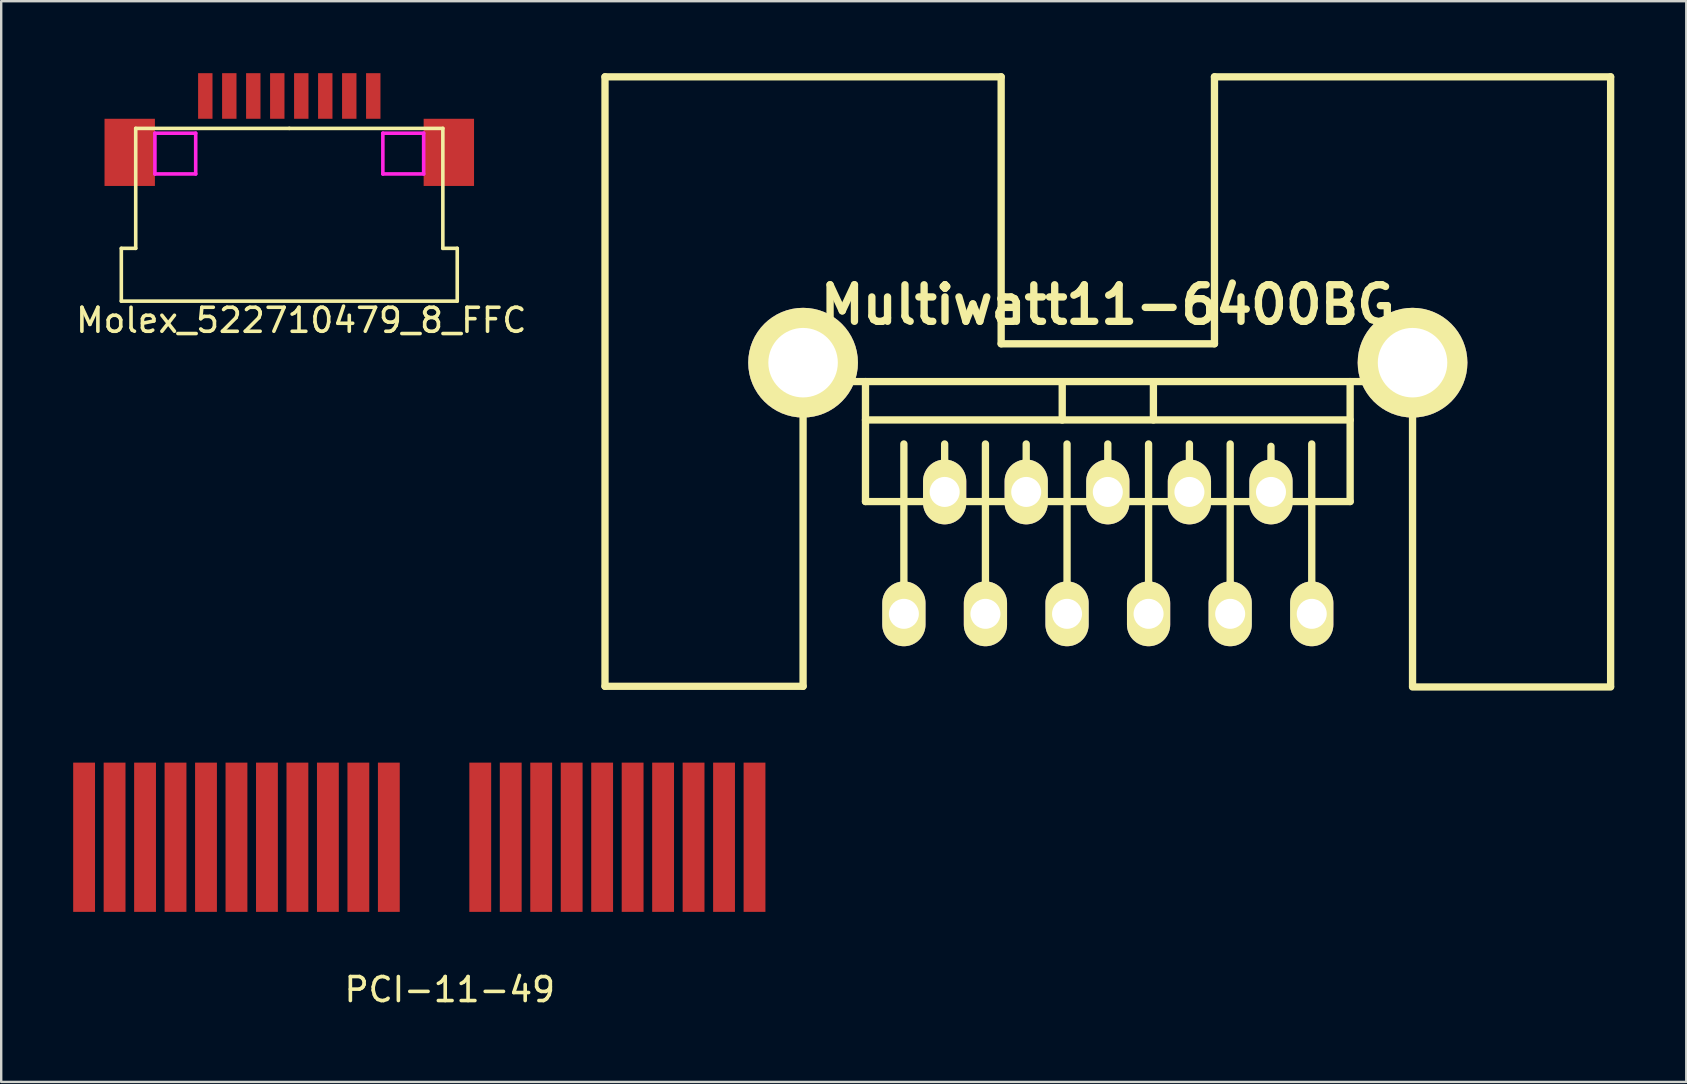
<source format=kicad_pcb>
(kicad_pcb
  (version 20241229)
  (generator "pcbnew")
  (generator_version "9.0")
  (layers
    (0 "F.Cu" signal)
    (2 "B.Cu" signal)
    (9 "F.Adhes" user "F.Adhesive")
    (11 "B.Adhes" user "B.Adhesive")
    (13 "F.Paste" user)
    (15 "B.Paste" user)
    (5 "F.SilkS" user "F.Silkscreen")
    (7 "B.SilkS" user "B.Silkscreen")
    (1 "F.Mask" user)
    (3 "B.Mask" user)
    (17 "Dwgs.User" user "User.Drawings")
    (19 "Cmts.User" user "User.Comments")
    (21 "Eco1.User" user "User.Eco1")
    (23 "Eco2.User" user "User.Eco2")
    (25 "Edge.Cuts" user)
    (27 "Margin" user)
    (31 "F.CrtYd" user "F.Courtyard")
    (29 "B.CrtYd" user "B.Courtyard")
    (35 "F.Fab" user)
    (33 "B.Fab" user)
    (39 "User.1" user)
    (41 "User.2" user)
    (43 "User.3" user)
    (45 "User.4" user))
  (footprint "PCI-11-49"
    (layer "F.Cu")
    (at 15.695 31.843)
    (property "Reference" "PCI-11-49" (at 0 6.35 0) (layer "F.SilkS") (effects (font (size 1 1) (thickness 0.15))))
    (attr through_hole)
    (pad "1" smd rect (at -15.24 0) (size 0.91 6.22) (layers "F.Cu" "F.Mask" "F.Paste"))
    (pad "2" smd rect (at -13.97 0) (size 0.91 6.22) (layers "F.Cu" "F.Mask" "F.Paste"))
    (pad "3" smd rect (at -12.7 0) (size 0.91 6.22) (layers "F.Cu" "F.Mask" "F.Paste"))
    (pad "4" smd rect (at -11.43 0) (size 0.91 6.22) (layers "F.Cu" "F.Mask" "F.Paste"))
    (pad "5" smd rect (at -10.16 0) (size 0.91 6.22) (layers "F.Cu" "F.Mask" "F.Paste"))
    (pad "6" smd rect (at -8.89 0) (size 0.91 6.22) (layers "F.Cu" "F.Mask" "F.Paste"))
    (pad "7" smd rect (at -7.62 0) (size 0.91 6.22) (layers "F.Cu" "F.Mask" "F.Paste"))
    (pad "8" smd rect (at -6.35 0) (size 0.91 6.22) (layers "F.Cu" "F.Mask" "F.Paste"))
    (pad "9" smd rect (at -5.08 0) (size 0.91 6.22) (layers "F.Cu" "F.Mask" "F.Paste"))
    (pad "10" smd rect (at -3.81 0) (size 0.91 6.22) (layers "F.Cu" "F.Mask" "F.Paste"))
    (pad "11" smd rect (at -2.54 0) (size 0.91 6.22) (layers "F.Cu" "F.Mask" "F.Paste"))
    (pad "12" smd rect (at 1.27 0) (size 0.91 6.22) (layers "F.Cu" "F.Mask" "F.Paste"))
    (pad "13" smd rect (at 2.54 0) (size 0.91 6.22) (layers "F.Cu" "F.Mask" "F.Paste"))
    (pad "14" smd rect (at 3.81 0) (size 0.91 6.22) (layers "F.Cu" "F.Mask" "F.Paste"))
    (pad "15" smd rect (at 5.08 0) (size 0.91 6.22) (layers "F.Cu" "F.Mask" "F.Paste"))
    (pad "16" smd rect (at 6.35 0) (size 0.91 6.22) (layers "F.Cu" "F.Mask" "F.Paste"))
    (pad "17" smd rect (at 7.62 0) (size 0.91 6.22) (layers "F.Cu" "F.Mask" "F.Paste"))
    (pad "18" smd rect (at 8.89 0) (size 0.91 6.22) (layers "F.Cu" "F.Mask" "F.Paste"))
    (pad "19" smd rect (at 10.16 0) (size 0.91 6.22) (layers "F.Cu" "F.Mask" "F.Paste"))
    (pad "20" smd rect (at 11.43 0) (size 0.91 6.22) (layers "F.Cu" "F.Mask" "F.Paste"))
    (pad "21" smd rect (at 12.7 0) (size 0.91 6.22) (layers "F.Cu" "F.Mask" "F.Paste")))
  (footprint "Multiwatt11-6400BG"
    (layer "F.Cu")
    (at 43.119 17.452)
    (property "Reference" "Multiwatt11-6400BG" (at 0 -7.8 0) (layer "F.SilkS") (effects (font (size 1.524 1.524) (thickness 0.305))))
    (attr through_hole)
    (fp_line (start -20.955 -17.3) (end -20.955 8.1) (stroke (width 0.305) (type solid)) (layer "F.SilkS"))
    (fp_line (start -20.955 8.1) (end -12.7 8.1) (stroke (width 0.305) (type solid)) (layer "F.SilkS"))
    (fp_line (start -12.7 -4.6) (end -12.7 8.1) (stroke (width 0.305) (type solid)) (layer "F.SilkS"))
    (fp_line (start -10.099 -4.6) (end -10.099 0.399) (stroke (width 0.305) (type solid)) (layer "F.SilkS"))
    (fp_line (start -10.099 0.401) (end 10.099 0.401) (stroke (width 0.305) (type solid)) (layer "F.SilkS"))
    (fp_line (start -8.499 5.1) (end -8.499 -1.999) (stroke (width 0.305) (type solid)) (layer "F.SilkS"))
    (fp_line (start -6.8 0) (end -6.8 -1.999) (stroke (width 0.305) (type solid)) (layer "F.SilkS"))
    (fp_line (start -5.1 5.1) (end -5.1 -1.999) (stroke (width 0.305) (type solid)) (layer "F.SilkS"))
    (fp_line (start -4.445 -17.3) (end -20.955 -17.3) (stroke (width 0.305) (type solid)) (layer "F.SilkS"))
    (fp_line (start -4.445 -6.175) (end -4.445 -17.3) (stroke (width 0.305) (type solid)) (layer "F.SilkS"))
    (fp_line (start -3.401 0) (end -3.401 -1.999) (stroke (width 0.305) (type solid)) (layer "F.SilkS"))
    (fp_line (start -1.9 -2.997) (end -1.9 -4.498) (stroke (width 0.305) (type solid)) (layer "F.SilkS"))
    (fp_line (start -1.699 5.1) (end -1.699 -1.999) (stroke (width 0.305) (type solid)) (layer "F.SilkS"))
    (fp_line (start 0 0) (end 0 -1.999) (stroke (width 0.305) (type solid)) (layer "F.SilkS"))
    (fp_line (start 1.699 5.1) (end 1.699 -1.999) (stroke (width 0.305) (type solid)) (layer "F.SilkS"))
    (fp_line (start 1.9 -4.501) (end 1.9 -3) (stroke (width 0.305) (type solid)) (layer "F.SilkS"))
    (fp_line (start 3.401 0) (end 3.401 -1.999) (stroke (width 0.305) (type solid)) (layer "F.SilkS"))
    (fp_line (start 4.445 -6.175) (end -4.445 -6.175) (stroke (width 0.305) (type solid)) (layer "F.SilkS"))
    (fp_line (start 4.445 -6.175) (end 4.445 -17.3) (stroke (width 0.305) (type solid)) (layer "F.SilkS"))
    (fp_line (start 5.1 5.1) (end 5.1 -1.999) (stroke (width 0.305) (type solid)) (layer "F.SilkS"))
    (fp_line (start 6.8 0) (end 6.8 -1.9) (stroke (width 0.305) (type solid)) (layer "F.SilkS"))
    (fp_line (start 8.499 5.1) (end 8.499 -1.999) (stroke (width 0.305) (type solid)) (layer "F.SilkS"))
    (fp_line (start 10.099 -4.6) (end 10.099 0.399) (stroke (width 0.305) (type solid)) (layer "F.SilkS"))
    (fp_line (start 10.099 -3) (end -10.099 -3) (stroke (width 0.305) (type solid)) (layer "F.SilkS"))
    (fp_line (start 12.7 -4.6) (end -12.7 -4.6) (stroke (width 0.305) (type solid)) (layer "F.SilkS"))
    (fp_line (start 12.7 -4.6) (end 12.7 8.1) (stroke (width 0.305) (type solid)) (layer "F.SilkS"))
    (fp_line (start 12.7 8.128) (end 20.955 8.128) (stroke (width 0.305) (type solid)) (layer "F.SilkS"))
    (fp_line (start 20.955 -17.3) (end 4.445 -17.3) (stroke (width 0.305) (type solid)) (layer "F.SilkS"))
    (fp_line (start 20.955 -17.3) (end 20.955 8.1) (stroke (width 0.305) (type solid)) (layer "F.SilkS"))
    (pad "" thru_hole circle (at -12.7 -5.387) (size 4.572 4.572) (drill 2.896) (layers "*.Cu" "*.Mask" "F.SilkS"))
    (pad "" thru_hole circle (at 12.7 -5.387) (size 4.572 4.572) (drill 2.896) (layers "*.Cu" "*.Mask" "F.SilkS"))
    (pad "1" thru_hole oval (at -8.499 5.08) (size 1.801 2.7) (drill 1.25) (layers "*.Cu" "*.Mask" "F.SilkS"))
    (pad "2" thru_hole oval (at -6.8 0) (size 1.801 2.7) (drill 1.25) (layers "*.Cu" "*.Mask" "F.SilkS"))
    (pad "3" thru_hole oval (at -5.1 5.08) (size 1.801 2.7) (drill 1.25) (layers "*.Cu" "*.Mask" "F.SilkS"))
    (pad "4" thru_hole oval (at -3.401 0) (size 1.801 2.7) (drill 1.25) (layers "*.Cu" "*.Mask" "F.SilkS"))
    (pad "5" thru_hole oval (at -1.699 5.08) (size 1.801 2.7) (drill 1.25) (layers "*.Cu" "*.Mask" "F.SilkS"))
    (pad "6" thru_hole oval (at 0 0) (size 1.801 2.7) (drill 1.25) (layers "*.Cu" "*.Mask" "F.SilkS"))
    (pad "7" thru_hole oval (at 1.699 5.08) (size 1.801 2.7) (drill 1.25) (layers "*.Cu" "*.Mask" "F.SilkS"))
    (pad "8" thru_hole oval (at 3.401 0) (size 1.801 2.7) (drill 1.25) (layers "*.Cu" "*.Mask" "F.SilkS"))
    (pad "9" thru_hole oval (at 5.1 5.08) (size 1.801 2.7) (drill 1.25) (layers "*.Cu" "*.Mask" "F.SilkS"))
    (pad "10" thru_hole oval (at 6.8 0) (size 1.801 2.7) (drill 1.25) (layers "*.Cu" "*.Mask" "F.SilkS"))
    (pad "11" thru_hole oval (at 8.499 5.08) (size 1.801 2.7) (drill 1.25) (layers "*.Cu" "*.Mask" "F.SilkS")))
  (footprint "Molex_522710479_8_FFC"
    (layer "F.Cu")
    (at 9.006 2.3)
    (property "Reference" "Molex_522710479_8_FFC" (at 0.5 8 0) (layer "F.SilkS") (effects (font (size 1 1) (thickness 0.15))))
    (attr through_hole)
    (fp_line (start -7 5) (end -7 7.2) (stroke (width 0.15) (type solid)) (layer "F.SilkS"))
    (fp_line (start -7 7.2) (end 7 7.2) (stroke (width 0.15) (type solid)) (layer "F.SilkS"))
    (fp_line (start -6.4 0) (end -6.4 5) (stroke (width 0.15) (type solid)) (layer "F.SilkS"))
    (fp_line (start -6.4 5) (end -7 5) (stroke (width 0.15) (type solid)) (layer "F.SilkS"))
    (fp_line (start 0 0) (end -6.4 0) (stroke (width 0.15) (type solid)) (layer "F.SilkS"))
    (fp_line (start 6.4 0) (end 0 0) (stroke (width 0.15) (type solid)) (layer "F.SilkS"))
    (fp_line (start 6.4 5) (end 6.4 0) (stroke (width 0.15) (type solid)) (layer "F.SilkS"))
    (fp_line (start 6.4 5) (end 7 5) (stroke (width 0.15) (type solid)) (layer "F.SilkS"))
    (fp_line (start 7 5) (end 7 7.2) (stroke (width 0.15) (type solid)) (layer "F.SilkS"))
    (fp_line (start -5.6 0.2) (end -5.6 1.9) (stroke (width 0.15) (type solid)) (layer "F.CrtYd"))
    (fp_line (start -5.6 1.9) (end -3.9 1.9) (stroke (width 0.15) (type solid)) (layer "F.CrtYd"))
    (fp_line (start -3.9 0.2) (end -5.6 0.2) (stroke (width 0.15) (type solid)) (layer "F.CrtYd"))
    (fp_line (start -3.9 1.9) (end -3.9 0.2) (stroke (width 0.15) (type solid)) (layer "F.CrtYd"))
    (fp_line (start 3.9 0.2) (end 5.6 0.2) (stroke (width 0.15) (type solid)) (layer "F.CrtYd"))
    (fp_line (start 3.9 1.9) (end 3.9 0.2) (stroke (width 0.15) (type solid)) (layer "F.CrtYd"))
    (fp_line (start 5.6 0.2) (end 5.6 1.9) (stroke (width 0.15) (type solid)) (layer "F.CrtYd"))
    (fp_line (start 5.6 1.9) (end 3.9 1.9) (stroke (width 0.15) (type solid)) (layer "F.CrtYd"))
    (pad "" smd rect (at -6.65 1) (size 2.1 2.8) (layers "F.Cu" "F.Mask" "F.Paste"))
    (pad "" smd rect (at 6.65 1) (size 2.1 2.8) (layers "F.Cu" "F.Mask" "F.Paste"))
    (pad "1" smd rect (at -3.5 -1.35) (size 0.6 1.9) (layers "F.Cu" "F.Mask" "F.Paste"))
    (pad "2" smd rect (at -2.5 -1.35) (size 0.6 1.9) (layers "F.Cu" "F.Mask" "F.Paste"))
    (pad "3" smd rect (at -1.5 -1.35) (size 0.6 1.9) (layers "F.Cu" "F.Mask" "F.Paste"))
    (pad "4" smd rect (at -0.5 -1.35) (size 0.6 1.9) (layers "F.Cu" "F.Mask" "F.Paste"))
    (pad "5" smd rect (at 0.5 -1.35) (size 0.6 1.9) (layers "F.Cu" "F.Mask" "F.Paste"))
    (pad "6" smd rect (at 1.5 -1.35) (size 0.6 1.9) (layers "F.Cu" "F.Mask" "F.Paste"))
    (pad "7" smd rect (at 2.5 -1.35) (size 0.6 1.9) (layers "F.Cu" "F.Mask" "F.Paste"))
    (pad "8" smd rect (at 3.5 -1.35) (size 0.6 1.9) (layers "F.Cu" "F.Mask" "F.Paste")))
  (gr_rect
    (start -3 -3)
    (end 67.227 42.041)
    (stroke (width 0.1) (type default))
    (fill no)
    (layer "Edge.Cuts")))
</source>
